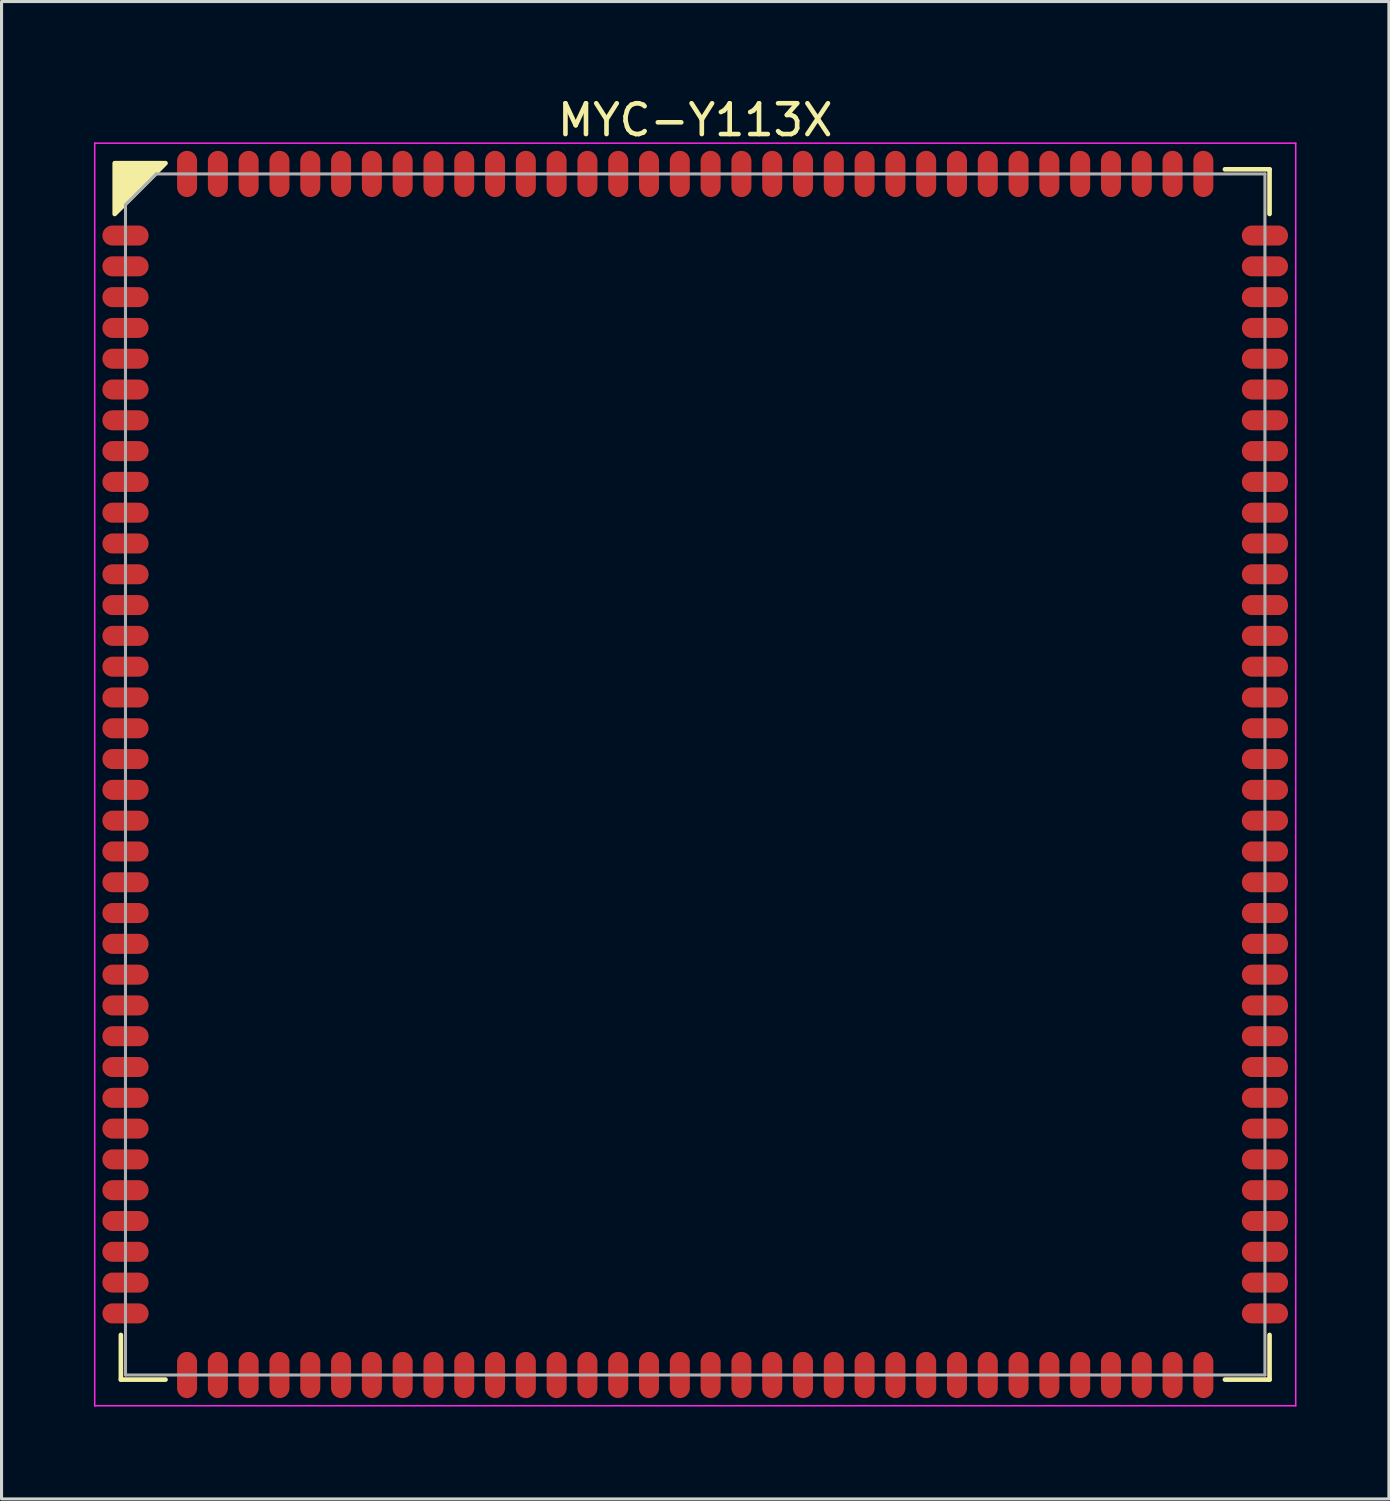
<source format=kicad_pcb>
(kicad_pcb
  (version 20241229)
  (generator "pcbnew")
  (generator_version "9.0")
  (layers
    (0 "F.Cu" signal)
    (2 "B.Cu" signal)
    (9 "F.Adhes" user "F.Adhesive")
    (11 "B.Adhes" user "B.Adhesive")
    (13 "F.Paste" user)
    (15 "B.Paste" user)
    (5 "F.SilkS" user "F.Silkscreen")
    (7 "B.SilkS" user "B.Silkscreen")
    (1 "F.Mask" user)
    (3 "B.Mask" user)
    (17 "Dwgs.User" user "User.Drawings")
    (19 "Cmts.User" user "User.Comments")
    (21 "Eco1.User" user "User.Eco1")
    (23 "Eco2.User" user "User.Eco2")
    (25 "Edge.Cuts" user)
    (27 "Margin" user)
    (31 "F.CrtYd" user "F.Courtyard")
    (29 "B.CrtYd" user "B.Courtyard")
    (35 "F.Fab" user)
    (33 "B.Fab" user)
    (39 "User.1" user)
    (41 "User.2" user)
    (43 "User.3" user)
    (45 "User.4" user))
  (footprint "MYC-Y113X"
    (layer "F.Cu")
    (at 19.525 22.098)
    (property "Reference" "MYC-Y113X" (at 0 -21.25 0) (layer "F.SilkS") (effects (font (size 1 1) (thickness 0.15))))
    (attr smd)
    (fp_line (start -18.65 19.65) (end -18.65 18.2) (stroke (width 0.15) (type default)) (layer "F.SilkS"))
    (fp_line (start -17.2 19.65) (end -18.65 19.65) (stroke (width 0.15) (type default)) (layer "F.SilkS"))
    (fp_line (start 17.2 -19.65) (end 18.65 -19.65) (stroke (width 0.15) (type default)) (layer "F.SilkS"))
    (fp_line (start 18.65 -19.65) (end 18.65 -18.2) (stroke (width 0.15) (type default)) (layer "F.SilkS"))
    (fp_line (start 18.65 19.65) (end 17.2 19.65) (stroke (width 0.15) (type default)) (layer "F.SilkS"))
    (fp_line (start 18.65 19.65) (end 18.65 18.2) (stroke (width 0.15) (type default)) (layer "F.SilkS"))
    (fp_poly (pts (xy -17.2 -19.85) (xy -18.85 -19.85) (xy -18.85 -18.2)) (stroke (width 0.15) (type solid)) (fill yes) (layer "F.SilkS"))
    (fp_line (start -19.5 -20.5) (end 19.5 -20.5) (stroke (width 0.05) (type default)) (layer "F.CrtYd"))
    (fp_line (start -19.5 20.5) (end -19.5 -20.5) (stroke (width 0.05) (type default)) (layer "F.CrtYd"))
    (fp_line (start 19.5 -20.5) (end 19.5 20.5) (stroke (width 0.05) (type default)) (layer "F.CrtYd"))
    (fp_line (start 19.5 20.5) (end -19.5 20.5) (stroke (width 0.05) (type default)) (layer "F.CrtYd"))
    (fp_line (start -18.5 -18.5) (end -18.5 19.5) (stroke (width 0.1) (type default)) (layer "F.Fab"))
    (fp_line (start -18.5 19.5) (end 18.5 19.5) (stroke (width 0.1) (type default)) (layer "F.Fab"))
    (fp_line (start -17.5 -19.5) (end -18.5 -18.5) (stroke (width 0.1) (type default)) (layer "F.Fab"))
    (fp_line (start 18.5 -19.5) (end -17.5 -19.5) (stroke (width 0.1) (type default)) (layer "F.Fab"))
    (fp_line (start 18.5 19.5) (end 18.5 -19.5) (stroke (width 0.1) (type default)) (layer "F.Fab"))
    (pad "1" smd oval (at -18.5 -17.5 90) (size 0.65 1.5) (layers "F.Cu" "F.Mask" "F.Paste"))
    (pad "2" smd oval (at -18.5 -16.5 90) (size 0.65 1.5) (layers "F.Cu" "F.Mask" "F.Paste"))
    (pad "3" smd oval (at -18.5 -15.5 90) (size 0.65 1.5) (layers "F.Cu" "F.Mask" "F.Paste"))
    (pad "4" smd oval (at -18.5 -14.5 90) (size 0.65 1.5) (layers "F.Cu" "F.Mask" "F.Paste"))
    (pad "5" smd oval (at -18.5 -13.5 90) (size 0.65 1.5) (layers "F.Cu" "F.Mask" "F.Paste"))
    (pad "6" smd oval (at -18.5 -12.5 90) (size 0.65 1.5) (layers "F.Cu" "F.Mask" "F.Paste"))
    (pad "7" smd oval (at -18.5 -11.5 90) (size 0.65 1.5) (layers "F.Cu" "F.Mask" "F.Paste"))
    (pad "8" smd oval (at -18.5 -10.5 90) (size 0.65 1.5) (layers "F.Cu" "F.Mask" "F.Paste"))
    (pad "9" smd oval (at -18.5 -9.5 90) (size 0.65 1.5) (layers "F.Cu" "F.Mask" "F.Paste"))
    (pad "10" smd oval (at -18.5 -8.5 90) (size 0.65 1.5) (layers "F.Cu" "F.Mask" "F.Paste"))
    (pad "11" smd oval (at -18.5 -7.5 90) (size 0.65 1.5) (layers "F.Cu" "F.Mask" "F.Paste"))
    (pad "12" smd oval (at -18.5 -6.5 90) (size 0.65 1.5) (layers "F.Cu" "F.Mask" "F.Paste"))
    (pad "13" smd oval (at -18.5 -5.5 90) (size 0.65 1.5) (layers "F.Cu" "F.Mask" "F.Paste"))
    (pad "14" smd oval (at -18.5 -4.5 90) (size 0.65 1.5) (layers "F.Cu" "F.Mask" "F.Paste"))
    (pad "15" smd oval (at -18.5 -3.5 90) (size 0.65 1.5) (layers "F.Cu" "F.Mask" "F.Paste"))
    (pad "16" smd oval (at -18.5 -2.5 90) (size 0.65 1.5) (layers "F.Cu" "F.Mask" "F.Paste"))
    (pad "17" smd oval (at -18.5 -1.5 90) (size 0.65 1.5) (layers "F.Cu" "F.Mask" "F.Paste"))
    (pad "18" smd oval (at -18.5 -0.5 90) (size 0.65 1.5) (layers "F.Cu" "F.Mask" "F.Paste"))
    (pad "19" smd oval (at -18.5 0.5 90) (size 0.65 1.5) (layers "F.Cu" "F.Mask" "F.Paste"))
    (pad "20" smd oval (at -18.5 1.5 90) (size 0.65 1.5) (layers "F.Cu" "F.Mask" "F.Paste"))
    (pad "21" smd oval (at -18.5 2.5 90) (size 0.65 1.5) (layers "F.Cu" "F.Mask" "F.Paste"))
    (pad "22" smd oval (at -18.5 3.5 90) (size 0.65 1.5) (layers "F.Cu" "F.Mask" "F.Paste"))
    (pad "23" smd oval (at -18.5 4.5 90) (size 0.65 1.5) (layers "F.Cu" "F.Mask" "F.Paste"))
    (pad "24" smd oval (at -18.5 5.5 90) (size 0.65 1.5) (layers "F.Cu" "F.Mask" "F.Paste"))
    (pad "25" smd oval (at -18.5 6.5 90) (size 0.65 1.5) (layers "F.Cu" "F.Mask" "F.Paste"))
    (pad "26" smd oval (at -18.5 7.5 90) (size 0.65 1.5) (layers "F.Cu" "F.Mask" "F.Paste"))
    (pad "27" smd oval (at -18.5 8.5 90) (size 0.65 1.5) (layers "F.Cu" "F.Mask" "F.Paste"))
    (pad "28" smd oval (at -18.5 9.5 90) (size 0.65 1.5) (layers "F.Cu" "F.Mask" "F.Paste"))
    (pad "29" smd oval (at -18.5 10.5 90) (size 0.65 1.5) (layers "F.Cu" "F.Mask" "F.Paste"))
    (pad "30" smd oval (at -18.5 11.5 90) (size 0.65 1.5) (layers "F.Cu" "F.Mask" "F.Paste"))
    (pad "31" smd oval (at -18.5 12.5 90) (size 0.65 1.5) (layers "F.Cu" "F.Mask" "F.Paste"))
    (pad "32" smd oval (at -18.5 13.5 90) (size 0.65 1.5) (layers "F.Cu" "F.Mask" "F.Paste"))
    (pad "33" smd oval (at -18.5 14.5 90) (size 0.65 1.5) (layers "F.Cu" "F.Mask" "F.Paste"))
    (pad "34" smd oval (at -18.5 15.5 90) (size 0.65 1.5) (layers "F.Cu" "F.Mask" "F.Paste"))
    (pad "35" smd oval (at -18.5 16.5 90) (size 0.65 1.5) (layers "F.Cu" "F.Mask" "F.Paste"))
    (pad "36" smd oval (at -18.5 17.5 90) (size 0.65 1.5) (layers "F.Cu" "F.Mask" "F.Paste"))
    (pad "37" smd oval (at -16.5 19.5) (size 0.65 1.5) (layers "F.Cu" "F.Mask" "F.Paste"))
    (pad "38" smd oval (at -15.5 19.5) (size 0.65 1.5) (layers "F.Cu" "F.Mask" "F.Paste"))
    (pad "39" smd oval (at -14.5 19.5) (size 0.65 1.5) (layers "F.Cu" "F.Mask" "F.Paste"))
    (pad "40" smd oval (at -13.5 19.5) (size 0.65 1.5) (layers "F.Cu" "F.Mask" "F.Paste"))
    (pad "41" smd oval (at -12.5 19.5) (size 0.65 1.5) (layers "F.Cu" "F.Mask" "F.Paste"))
    (pad "42" smd oval (at -11.5 19.5) (size 0.65 1.5) (layers "F.Cu" "F.Mask" "F.Paste"))
    (pad "43" smd oval (at -10.5 19.5) (size 0.65 1.5) (layers "F.Cu" "F.Mask" "F.Paste"))
    (pad "44" smd oval (at -9.5 19.5) (size 0.65 1.5) (layers "F.Cu" "F.Mask" "F.Paste"))
    (pad "45" smd oval (at -8.5 19.5) (size 0.65 1.5) (layers "F.Cu" "F.Mask" "F.Paste"))
    (pad "46" smd oval (at -7.5 19.5) (size 0.65 1.5) (layers "F.Cu" "F.Mask" "F.Paste"))
    (pad "47" smd oval (at -6.5 19.5) (size 0.65 1.5) (layers "F.Cu" "F.Mask" "F.Paste"))
    (pad "48" smd oval (at -5.5 19.5) (size 0.65 1.5) (layers "F.Cu" "F.Mask" "F.Paste"))
    (pad "49" smd oval (at -4.5 19.5) (size 0.65 1.5) (layers "F.Cu" "F.Mask" "F.Paste"))
    (pad "50" smd oval (at -3.5 19.5) (size 0.65 1.5) (layers "F.Cu" "F.Mask" "F.Paste"))
    (pad "51" smd oval (at -2.5 19.5) (size 0.65 1.5) (layers "F.Cu" "F.Mask" "F.Paste"))
    (pad "52" smd oval (at -1.5 19.5) (size 0.65 1.5) (layers "F.Cu" "F.Mask" "F.Paste"))
    (pad "53" smd oval (at -0.5 19.5) (size 0.65 1.5) (layers "F.Cu" "F.Mask" "F.Paste"))
    (pad "54" smd oval (at 0.5 19.5) (size 0.65 1.5) (layers "F.Cu" "F.Mask" "F.Paste"))
    (pad "55" smd oval (at 1.5 19.5) (size 0.65 1.5) (layers "F.Cu" "F.Mask" "F.Paste"))
    (pad "56" smd oval (at 2.5 19.5) (size 0.65 1.5) (layers "F.Cu" "F.Mask" "F.Paste"))
    (pad "57" smd oval (at 3.5 19.5) (size 0.65 1.5) (layers "F.Cu" "F.Mask" "F.Paste"))
    (pad "58" smd oval (at 4.5 19.5) (size 0.65 1.5) (layers "F.Cu" "F.Mask" "F.Paste"))
    (pad "59" smd oval (at 5.5 19.5) (size 0.65 1.5) (layers "F.Cu" "F.Mask" "F.Paste"))
    (pad "60" smd oval (at 6.5 19.5) (size 0.65 1.5) (layers "F.Cu" "F.Mask" "F.Paste"))
    (pad "61" smd oval (at 7.5 19.5) (size 0.65 1.5) (layers "F.Cu" "F.Mask" "F.Paste"))
    (pad "62" smd oval (at 8.5 19.5) (size 0.65 1.5) (layers "F.Cu" "F.Mask" "F.Paste"))
    (pad "63" smd oval (at 9.5 19.5) (size 0.65 1.5) (layers "F.Cu" "F.Mask" "F.Paste"))
    (pad "64" smd oval (at 10.5 19.5) (size 0.65 1.5) (layers "F.Cu" "F.Mask" "F.Paste"))
    (pad "65" smd oval (at 11.5 19.5) (size 0.65 1.5) (layers "F.Cu" "F.Mask" "F.Paste"))
    (pad "66" smd oval (at 12.5 19.5) (size 0.65 1.5) (layers "F.Cu" "F.Mask" "F.Paste"))
    (pad "67" smd oval (at 13.5 19.5) (size 0.65 1.5) (layers "F.Cu" "F.Mask" "F.Paste"))
    (pad "68" smd oval (at 14.5 19.5) (size 0.65 1.5) (layers "F.Cu" "F.Mask" "F.Paste"))
    (pad "69" smd oval (at 15.5 19.5) (size 0.65 1.5) (layers "F.Cu" "F.Mask" "F.Paste"))
    (pad "70" smd oval (at 16.5 19.5) (size 0.65 1.5) (layers "F.Cu" "F.Mask" "F.Paste"))
    (pad "71" smd oval (at 18.5 17.5 90) (size 0.65 1.5) (layers "F.Cu" "F.Mask" "F.Paste"))
    (pad "72" smd oval (at 18.5 16.5 90) (size 0.65 1.5) (layers "F.Cu" "F.Mask" "F.Paste"))
    (pad "73" smd oval (at 18.5 15.5 90) (size 0.65 1.5) (layers "F.Cu" "F.Mask" "F.Paste"))
    (pad "74" smd oval (at 18.5 14.5 90) (size 0.65 1.5) (layers "F.Cu" "F.Mask" "F.Paste"))
    (pad "75" smd oval (at 18.5 13.5 90) (size 0.65 1.5) (layers "F.Cu" "F.Mask" "F.Paste"))
    (pad "76" smd oval (at 18.5 12.5 90) (size 0.65 1.5) (layers "F.Cu" "F.Mask" "F.Paste"))
    (pad "77" smd oval (at 18.5 11.5 90) (size 0.65 1.5) (layers "F.Cu" "F.Mask" "F.Paste"))
    (pad "78" smd oval (at 18.5 10.5 90) (size 0.65 1.5) (layers "F.Cu" "F.Mask" "F.Paste"))
    (pad "79" smd oval (at 18.5 9.5 90) (size 0.65 1.5) (layers "F.Cu" "F.Mask" "F.Paste"))
    (pad "80" smd oval (at 18.5 8.5 90) (size 0.65 1.5) (layers "F.Cu" "F.Mask" "F.Paste"))
    (pad "81" smd oval (at 18.5 7.5 90) (size 0.65 1.5) (layers "F.Cu" "F.Mask" "F.Paste"))
    (pad "82" smd oval (at 18.5 6.5 90) (size 0.65 1.5) (layers "F.Cu" "F.Mask" "F.Paste"))
    (pad "83" smd oval (at 18.5 5.5 90) (size 0.65 1.5) (layers "F.Cu" "F.Mask" "F.Paste"))
    (pad "84" smd oval (at 18.5 4.5 90) (size 0.65 1.5) (layers "F.Cu" "F.Mask" "F.Paste"))
    (pad "85" smd oval (at 18.5 3.5 90) (size 0.65 1.5) (layers "F.Cu" "F.Mask" "F.Paste"))
    (pad "86" smd oval (at 18.5 2.5 90) (size 0.65 1.5) (layers "F.Cu" "F.Mask" "F.Paste"))
    (pad "87" smd oval (at 18.5 1.5 90) (size 0.65 1.5) (layers "F.Cu" "F.Mask" "F.Paste"))
    (pad "88" smd oval (at 18.5 0.5 90) (size 0.65 1.5) (layers "F.Cu" "F.Mask" "F.Paste"))
    (pad "89" smd oval (at 18.5 -0.5 90) (size 0.65 1.5) (layers "F.Cu" "F.Mask" "F.Paste"))
    (pad "90" smd oval (at 18.5 -1.5 90) (size 0.65 1.5) (layers "F.Cu" "F.Mask" "F.Paste"))
    (pad "91" smd oval (at 18.5 -2.5 90) (size 0.65 1.5) (layers "F.Cu" "F.Mask" "F.Paste"))
    (pad "92" smd oval (at 18.5 -3.5 90) (size 0.65 1.5) (layers "F.Cu" "F.Mask" "F.Paste"))
    (pad "93" smd oval (at 18.5 -4.5 90) (size 0.65 1.5) (layers "F.Cu" "F.Mask" "F.Paste"))
    (pad "94" smd oval (at 18.5 -5.5 90) (size 0.65 1.5) (layers "F.Cu" "F.Mask" "F.Paste"))
    (pad "95" smd oval (at 18.5 -6.5 90) (size 0.65 1.5) (layers "F.Cu" "F.Mask" "F.Paste"))
    (pad "96" smd oval (at 18.5 -7.5 90) (size 0.65 1.5) (layers "F.Cu" "F.Mask" "F.Paste"))
    (pad "97" smd oval (at 18.5 -8.5 90) (size 0.65 1.5) (layers "F.Cu" "F.Mask" "F.Paste"))
    (pad "98" smd oval (at 18.5 -9.5 90) (size 0.65 1.5) (layers "F.Cu" "F.Mask" "F.Paste"))
    (pad "99" smd oval (at 18.5 -10.5 90) (size 0.65 1.5) (layers "F.Cu" "F.Mask" "F.Paste"))
    (pad "100" smd oval (at 18.5 -11.5 90) (size 0.65 1.5) (layers "F.Cu" "F.Mask" "F.Paste"))
    (pad "101" smd oval (at 18.5 -12.5 90) (size 0.65 1.5) (layers "F.Cu" "F.Mask" "F.Paste"))
    (pad "102" smd oval (at 18.5 -13.5 90) (size 0.65 1.5) (layers "F.Cu" "F.Mask" "F.Paste"))
    (pad "103" smd oval (at 18.5 -14.5 90) (size 0.65 1.5) (layers "F.Cu" "F.Mask" "F.Paste"))
    (pad "104" smd oval (at 18.5 -15.5 90) (size 0.65 1.5) (layers "F.Cu" "F.Mask" "F.Paste"))
    (pad "105" smd oval (at 18.5 -16.5 90) (size 0.65 1.5) (layers "F.Cu" "F.Mask" "F.Paste"))
    (pad "106" smd oval (at 18.5 -17.5 90) (size 0.65 1.5) (layers "F.Cu" "F.Mask" "F.Paste"))
    (pad "107" smd oval (at 16.5 -19.5) (size 0.65 1.5) (layers "F.Cu" "F.Mask" "F.Paste"))
    (pad "108" smd oval (at 15.5 -19.5) (size 0.65 1.5) (layers "F.Cu" "F.Mask" "F.Paste"))
    (pad "109" smd oval (at 14.5 -19.5) (size 0.65 1.5) (layers "F.Cu" "F.Mask" "F.Paste"))
    (pad "110" smd oval (at 13.5 -19.5) (size 0.65 1.5) (layers "F.Cu" "F.Mask" "F.Paste"))
    (pad "111" smd oval (at 12.5 -19.5) (size 0.65 1.5) (layers "F.Cu" "F.Mask" "F.Paste"))
    (pad "112" smd oval (at 11.5 -19.5) (size 0.65 1.5) (layers "F.Cu" "F.Mask" "F.Paste"))
    (pad "113" smd oval (at 10.5 -19.5) (size 0.65 1.5) (layers "F.Cu" "F.Mask" "F.Paste"))
    (pad "114" smd oval (at 9.5 -19.5) (size 0.65 1.5) (layers "F.Cu" "F.Mask" "F.Paste"))
    (pad "115" smd oval (at 8.5 -19.5) (size 0.65 1.5) (layers "F.Cu" "F.Mask" "F.Paste"))
    (pad "116" smd oval (at 7.5 -19.5) (size 0.65 1.5) (layers "F.Cu" "F.Mask" "F.Paste"))
    (pad "117" smd oval (at 6.5 -19.5) (size 0.65 1.5) (layers "F.Cu" "F.Mask" "F.Paste"))
    (pad "118" smd oval (at 5.5 -19.5) (size 0.65 1.5) (layers "F.Cu" "F.Mask" "F.Paste"))
    (pad "119" smd oval (at 4.5 -19.5) (size 0.65 1.5) (layers "F.Cu" "F.Mask" "F.Paste"))
    (pad "120" smd oval (at 3.5 -19.5) (size 0.65 1.5) (layers "F.Cu" "F.Mask" "F.Paste"))
    (pad "121" smd oval (at 2.5 -19.5) (size 0.65 1.5) (layers "F.Cu" "F.Mask" "F.Paste"))
    (pad "122" smd oval (at 1.5 -19.5) (size 0.65 1.5) (layers "F.Cu" "F.Mask" "F.Paste"))
    (pad "123" smd oval (at 0.5 -19.5) (size 0.65 1.5) (layers "F.Cu" "F.Mask" "F.Paste"))
    (pad "124" smd oval (at -0.5 -19.5) (size 0.65 1.5) (layers "F.Cu" "F.Mask" "F.Paste"))
    (pad "125" smd oval (at -1.5 -19.5) (size 0.65 1.5) (layers "F.Cu" "F.Mask" "F.Paste"))
    (pad "126" smd oval (at -2.5 -19.5) (size 0.65 1.5) (layers "F.Cu" "F.Mask" "F.Paste"))
    (pad "127" smd oval (at -3.5 -19.5) (size 0.65 1.5) (layers "F.Cu" "F.Mask" "F.Paste"))
    (pad "128" smd oval (at -4.5 -19.5) (size 0.65 1.5) (layers "F.Cu" "F.Mask" "F.Paste"))
    (pad "129" smd oval (at -5.5 -19.5) (size 0.65 1.5) (layers "F.Cu" "F.Mask" "F.Paste"))
    (pad "130" smd oval (at -6.5 -19.5) (size 0.65 1.5) (layers "F.Cu" "F.Mask" "F.Paste"))
    (pad "131" smd oval (at -7.5 -19.5) (size 0.65 1.5) (layers "F.Cu" "F.Mask" "F.Paste"))
    (pad "132" smd oval (at -8.5 -19.5) (size 0.65 1.5) (layers "F.Cu" "F.Mask" "F.Paste"))
    (pad "133" smd oval (at -9.5 -19.5) (size 0.65 1.5) (layers "F.Cu" "F.Mask" "F.Paste"))
    (pad "134" smd oval (at -10.5 -19.5) (size 0.65 1.5) (layers "F.Cu" "F.Mask" "F.Paste"))
    (pad "135" smd oval (at -11.5 -19.5) (size 0.65 1.5) (layers "F.Cu" "F.Mask" "F.Paste"))
    (pad "136" smd oval (at -12.5 -19.5) (size 0.65 1.5) (layers "F.Cu" "F.Mask" "F.Paste"))
    (pad "137" smd oval (at -13.5 -19.5) (size 0.65 1.5) (layers "F.Cu" "F.Mask" "F.Paste"))
    (pad "138" smd oval (at -14.5 -19.5) (size 0.65 1.5) (layers "F.Cu" "F.Mask" "F.Paste"))
    (pad "139" smd oval (at -15.5 -19.5) (size 0.65 1.5) (layers "F.Cu" "F.Mask" "F.Paste"))
    (pad "140" smd oval (at -16.5 -19.5) (size 0.65 1.5) (layers "F.Cu" "F.Mask" "F.Paste")))
  (gr_rect
    (start -3 -3)
    (end 42.05 45.623)
    (stroke (width 0.1) (type default))
    (fill no)
    (layer "Edge.Cuts")))
</source>
